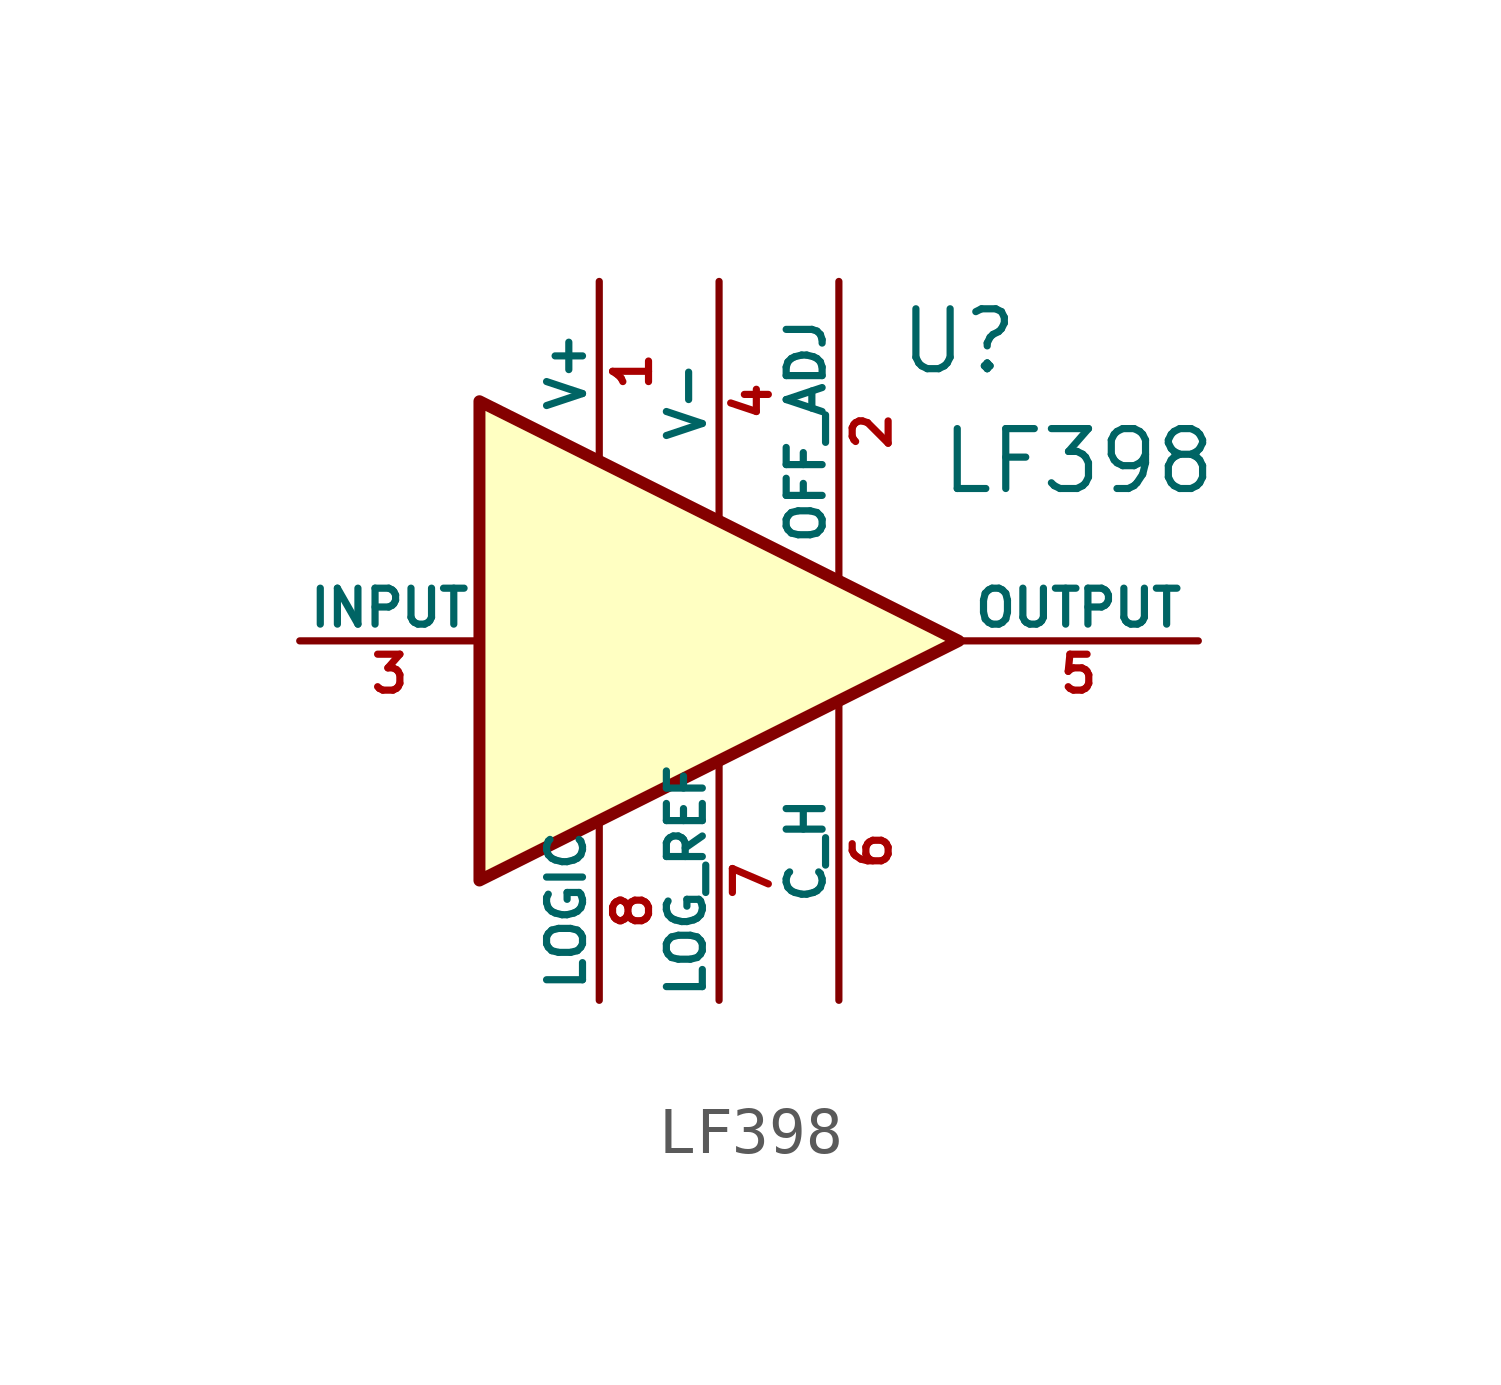
<source format=kicad_sym>
(kicad_symbol_lib
  (version 20211014)
  (generator kicad_symbol_editor)
  (symbol "LF398"
    (pin_names
      (offset 0))
    (property "Reference" "U"
      (at 5.08 6.35 0)
      (effects (font (size 1.27 1.27))))
    (property "Value" "LF398"
      (at 7.62 3.81 0)
      (effects (font (size 1.27 1.27))))
    (symbol "LF398_1_1"
      (polyline (pts (xy 5.08 0) (xy -5.08 5.08) (xy -5.08 -5.08) (xy 5.08 0)) (stroke (width 0.254) (type default) (color 0 0 0 0)) (fill (type background)))
      (pin power_in line (at -2.54 7.62 270) (length 3.81) (name "V+" (effects (font (size 0.762 0.762)))) (number "1" (effects (font (size 0.762 0.762)))))
      (pin input line (at 2.54 7.62 270) (length 6.35) (name "OFF_ADJ" (effects (font (size 0.762 0.762)))) (number "2" (effects (font (size 0.762 0.762)))))
      (pin input line (at -8.89 0 0) (length 3.81) (name "INPUT" (effects (font (size 0.762 0.762)))) (number "3" (effects (font (size 0.762 0.762)))))
      (pin power_in line (at 0 7.62 270) (length 5.08) (name "V-" (effects (font (size 0.762 0.762)))) (number "4" (effects (font (size 0.762 0.762)))))
      (pin output line (at 10.16 0 180) (length 5.08) (name "OUTPUT" (effects (font (size 0.762 0.762)))) (number "5" (effects (font (size 0.762 0.762)))))
      (pin input line (at 2.54 -7.62 90) (length 6.35) (name "C_H" (effects (font (size 0.762 0.762)))) (number "6" (effects (font (size 0.762 0.762)))))
      (pin input line (at 0 -7.62 90) (length 5.08) (name "LOG_REF" (effects (font (size 0.762 0.762)))) (number "7" (effects (font (size 0.762 0.762)))))
      (pin input line (at -2.54 -7.62 90) (length 3.81) (name "LOGIC" (effects (font (size 0.762 0.762)))) (number "8" (effects (font (size 0.762 0.762))))))))
</source>
